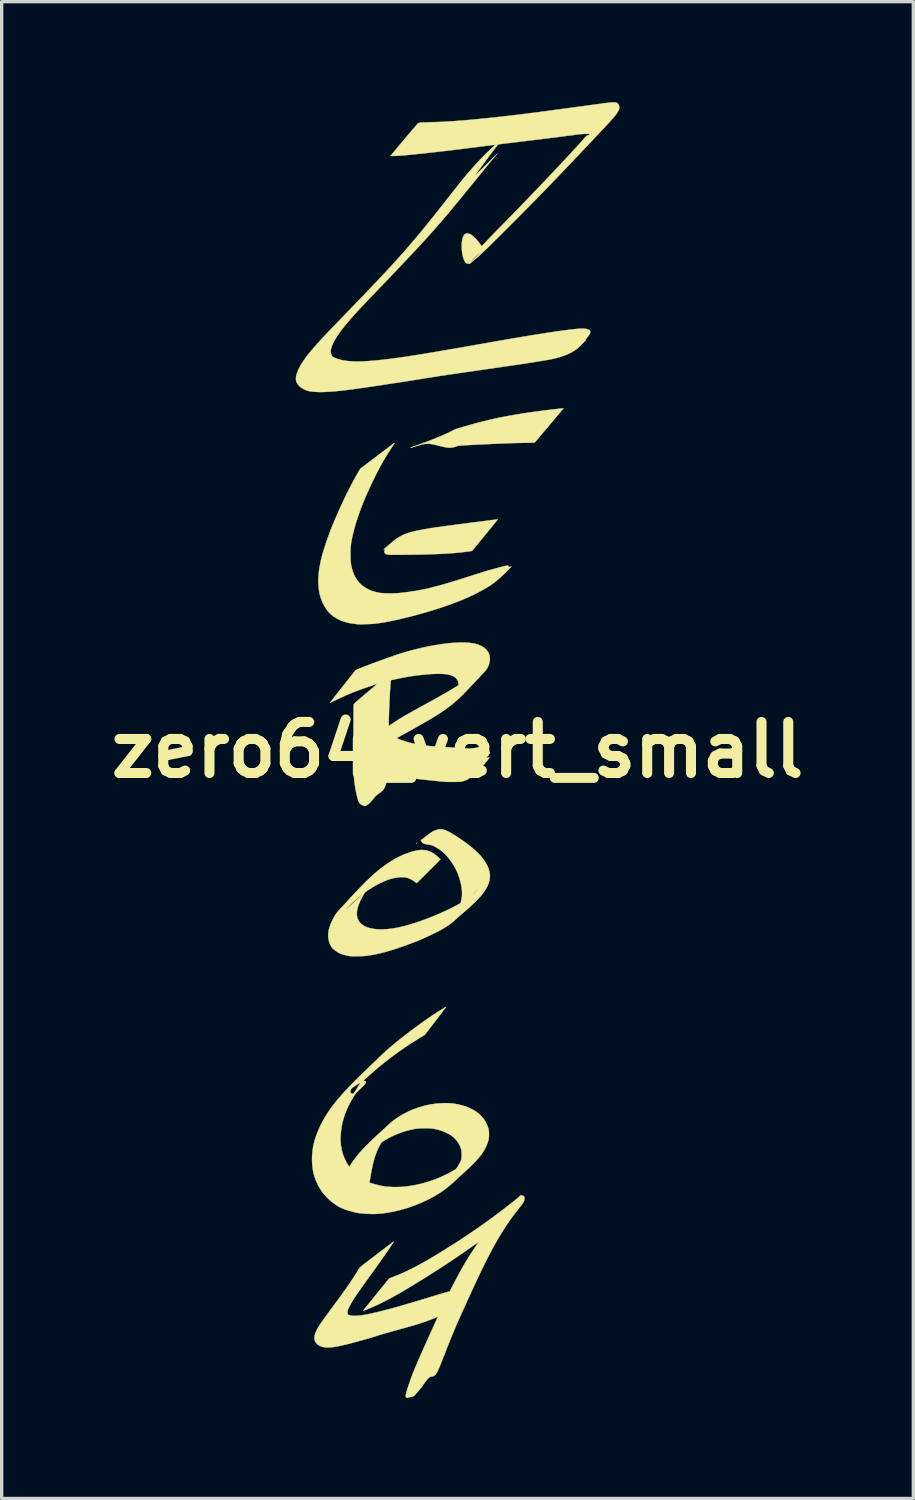
<source format=kicad_pcb>
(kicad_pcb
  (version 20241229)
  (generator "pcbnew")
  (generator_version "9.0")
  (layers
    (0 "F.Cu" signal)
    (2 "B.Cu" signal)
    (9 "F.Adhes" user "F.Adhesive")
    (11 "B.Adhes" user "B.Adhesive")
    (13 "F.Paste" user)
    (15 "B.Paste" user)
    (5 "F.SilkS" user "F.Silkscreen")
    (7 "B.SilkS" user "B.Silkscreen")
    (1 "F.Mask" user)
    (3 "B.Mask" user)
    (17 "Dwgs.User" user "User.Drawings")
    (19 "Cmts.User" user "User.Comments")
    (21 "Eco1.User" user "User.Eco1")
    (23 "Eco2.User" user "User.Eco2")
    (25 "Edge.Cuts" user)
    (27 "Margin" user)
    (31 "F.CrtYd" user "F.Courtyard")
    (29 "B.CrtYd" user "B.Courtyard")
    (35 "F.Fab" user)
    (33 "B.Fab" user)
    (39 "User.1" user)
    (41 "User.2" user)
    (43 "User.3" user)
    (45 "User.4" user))
  (footprint "zero64_vert_small"
    (layer "F.Cu")
    (at 10.603 19.328)
    (property "Reference" "zero64_vert_small" (at 0 0 0) (layer "F.SilkS") (effects (font (size 1.524 1.524) (thickness 0.3))))
    (attr through_hole)
    (fp_poly (pts (xy -1.206 2.774) (xy -1.21 2.778) (xy -1.214 2.774) (xy -1.21 2.77) (xy -1.206 2.774)) (stroke (width 0.01) (type solid)) (fill yes) (layer "F.SilkS"))
    (fp_poly (pts (xy -1.225 2.783) (xy -1.226 2.786) (xy -1.234 2.794) (xy -1.235 2.794) (xy -1.236 2.789) (xy -1.234 2.786) (xy -1.227 2.778) (xy -1.225 2.778) (xy -1.225 2.783)) (stroke (width 0.01) (type solid)) (fill yes) (layer "F.SilkS"))
    (fp_poly (pts (xy 1.203 -6.88) (xy 1.199 -6.873) (xy 1.185 -6.856) (xy 1.163 -6.829) (xy 1.134 -6.793) (xy 1.098 -6.749) (xy 1.057 -6.698) (xy 1.012 -6.643) (xy 0.963 -6.583) (xy 0.911 -6.52) (xy 0.858 -6.455) (xy 0.804 -6.389) (xy 0.751 -6.324) (xy 0.698 -6.26) (xy 0.648 -6.198) (xy 0.601 -6.141) (xy 0.557 -6.088) (xy 0.519 -6.042) (xy 0.486 -6.002) (xy 0.461 -5.971) (xy 0.442 -5.95) (xy 0.433 -5.939) (xy 0.425 -5.937) (xy 0.403 -5.933) (xy 0.37 -5.928) (xy 0.328 -5.922) (xy 0.281 -5.916) (xy 0.23 -5.91) (xy 0.179 -5.903) (xy 0.132 -5.898) (xy 0.015 -5.885) (xy -0.106 -5.874) (xy -0.233 -5.865) (xy -0.367 -5.856) (xy -0.511 -5.849) (xy -0.666 -5.842) (xy -0.835 -5.836) (xy -0.901 -5.834) (xy -0.98 -5.832) (xy -1.065 -5.83) (xy -1.155 -5.829) (xy -1.248 -5.827) (xy -1.343 -5.826) (xy -1.439 -5.824) (xy -1.533 -5.824) (xy -1.623 -5.823) (xy -1.71 -5.822) (xy -1.79 -5.822) (xy -1.863 -5.822) (xy -1.927 -5.822) (xy -1.981 -5.823) (xy -2.022 -5.824) (xy -2.049 -5.825) (xy -2.056 -5.826) (xy -2.089 -5.83) (xy -2.119 -5.837) (xy -2.14 -5.844) (xy -2.14 -5.845) (xy -2.165 -5.866) (xy -2.18 -5.896) (xy -2.184 -5.931) (xy -2.175 -5.967) (xy -2.171 -5.976) (xy -2.163 -5.994) (xy -2.165 -6) (xy -2.177 -5.995) (xy -2.189 -5.988) (xy -2.202 -5.981) (xy -2.203 -5.982) (xy -2.194 -5.991) (xy -2.186 -5.998) (xy -2.158 -6.023) (xy -2.122 -6.055) (xy -2.08 -6.091) (xy -2.035 -6.13) (xy -1.99 -6.168) (xy -1.946 -6.205) (xy -1.908 -6.236) (xy -1.877 -6.261) (xy -1.863 -6.272) (xy -1.778 -6.331) (xy -1.689 -6.383) (xy -1.593 -6.429) (xy -1.487 -6.469) (xy -1.371 -6.504) (xy -1.241 -6.535) (xy -1.195 -6.545) (xy -1.135 -6.557) (xy -1.077 -6.568) (xy -1.022 -6.578) (xy -0.966 -6.588) (xy -0.91 -6.598) (xy -0.852 -6.608) (xy -0.791 -6.618) (xy -0.726 -6.628) (xy -0.656 -6.638) (xy -0.579 -6.649) (xy -0.495 -6.661) (xy -0.402 -6.674) (xy -0.3 -6.688) (xy -0.187 -6.702) (xy -0.063 -6.719) (xy 0.075 -6.736) (xy 0.227 -6.756) (xy 0.31 -6.767) (xy 0.413 -6.78) (xy 0.514 -6.793) (xy 0.612 -6.805) (xy 0.705 -6.817) (xy 0.791 -6.828) (xy 0.869 -6.839) (xy 0.938 -6.847) (xy 0.996 -6.855) (xy 1.042 -6.861) (xy 1.074 -6.865) (xy 1.082 -6.866) (xy 1.124 -6.872) (xy 1.159 -6.876) (xy 1.186 -6.879) (xy 1.201 -6.88) (xy 1.203 -6.88)) (stroke (width 0.01) (type solid)) (fill yes) (layer "F.SilkS"))
    (fp_poly (pts (xy 3.161 -10.191) (xy 3.156 -10.184) (xy 3.15 -10.177) (xy 3.134 -10.157) (xy 3.109 -10.128) (xy 3.076 -10.089) (xy 3.037 -10.042) (xy 2.99 -9.987) (xy 2.939 -9.926) (xy 2.882 -9.859) (xy 2.822 -9.787) (xy 2.759 -9.712) (xy 2.725 -9.671) (xy 2.303 -9.171) (xy 1.9 -9.161) (xy 1.778 -9.158) (xy 1.655 -9.155) (xy 1.53 -9.151) (xy 1.401 -9.146) (xy 1.267 -9.141) (xy 1.125 -9.135) (xy 0.974 -9.128) (xy 0.813 -9.12) (xy 0.639 -9.112) (xy 0.452 -9.103) (xy 0.409 -9.1) (xy 0.32 -9.096) (xy 0.246 -9.092) (xy 0.185 -9.088) (xy 0.135 -9.085) (xy 0.095 -9.083) (xy 0.063 -9.08) (xy 0.039 -9.077) (xy 0.02 -9.075) (xy 0.006 -9.072) (xy -0.006 -9.068) (xy -0.017 -9.064) (xy -0.027 -9.059) (xy -0.058 -9.048) (xy -0.097 -9.037) (xy -0.137 -9.028) (xy -0.148 -9.026) (xy -0.192 -9.02) (xy -0.237 -9.019) (xy -0.286 -9.021) (xy -0.34 -9.028) (xy -0.404 -9.04) (xy -0.477 -9.056) (xy -0.544 -9.073) (xy -0.628 -9.094) (xy -0.7 -9.111) (xy -0.762 -9.123) (xy -0.815 -9.131) (xy -0.863 -9.135) (xy -0.907 -9.135) (xy -0.951 -9.132) (xy -0.996 -9.126) (xy -1.022 -9.121) (xy -1.058 -9.113) (xy -1.107 -9.1) (xy -1.164 -9.084) (xy -1.228 -9.066) (xy -1.294 -9.046) (xy -1.359 -9.025) (xy -1.385 -9.016) (xy -1.4 -9.012) (xy -1.403 -9.014) (xy -1.397 -9.021) (xy -1.386 -9.026) (xy -1.363 -9.036) (xy -1.328 -9.049) (xy -1.285 -9.065) (xy -1.234 -9.083) (xy -1.178 -9.102) (xy -1.162 -9.107) (xy -1.082 -9.135) (xy -0.997 -9.166) (xy -0.907 -9.2) (xy -0.814 -9.235) (xy -0.72 -9.273) (xy -0.627 -9.311) (xy -0.536 -9.349) (xy -0.449 -9.386) (xy -0.368 -9.422) (xy -0.295 -9.455) (xy -0.23 -9.486) (xy -0.176 -9.513) (xy -0.134 -9.536) (xy -0.12 -9.545) (xy -0.104 -9.552) (xy -0.076 -9.563) (xy -0.037 -9.577) (xy 0.009 -9.592) (xy 0.06 -9.607) (xy 0.091 -9.616) (xy 0.154 -9.635) (xy 0.223 -9.655) (xy 0.293 -9.675) (xy 0.358 -9.694) (xy 0.413 -9.711) (xy 0.421 -9.713) (xy 0.481 -9.73) (xy 0.555 -9.75) (xy 0.639 -9.772) (xy 0.732 -9.795) (xy 0.83 -9.819) (xy 0.931 -9.844) (xy 1.033 -9.867) (xy 1.134 -9.89) (xy 1.167 -9.897) (xy 1.346 -9.934) (xy 1.54 -9.971) (xy 1.747 -10.007) (xy 1.968 -10.043) (xy 2.2 -10.077) (xy 2.443 -10.11) (xy 2.696 -10.142) (xy 2.846 -10.159) (xy 2.911 -10.167) (xy 2.972 -10.174) (xy 3.028 -10.181) (xy 3.074 -10.186) (xy 3.111 -10.19) (xy 3.135 -10.193) (xy 3.145 -10.194) (xy 3.16 -10.195) (xy 3.161 -10.191)) (stroke (width 0.01) (type solid)) (fill yes) (layer "F.SilkS"))
    (fp_poly (pts (xy -1.876 -9.157) (xy -1.877 -9.156) (xy -1.955 -9.039) (xy -2.025 -8.931) (xy -2.088 -8.831) (xy -2.147 -8.735) (xy -2.203 -8.64) (xy -2.258 -8.543) (xy -2.313 -8.442) (xy -2.371 -8.334) (xy -2.412 -8.255) (xy -2.523 -8.033) (xy -2.627 -7.811) (xy -2.725 -7.592) (xy -2.815 -7.376) (xy -2.897 -7.164) (xy -2.97 -6.959) (xy -3.034 -6.761) (xy -3.088 -6.572) (xy -3.132 -6.393) (xy -3.135 -6.382) (xy -3.153 -6.294) (xy -3.168 -6.216) (xy -3.179 -6.145) (xy -3.186 -6.075) (xy -3.191 -6.003) (xy -3.194 -5.924) (xy -3.194 -5.838) (xy -3.194 -5.742) (xy -3.19 -5.658) (xy -3.184 -5.583) (xy -3.175 -5.514) (xy -3.161 -5.448) (xy -3.143 -5.382) (xy -3.119 -5.312) (xy -3.092 -5.24) (xy -3.061 -5.173) (xy -3.018 -5.103) (xy -2.968 -5.034) (xy -2.914 -4.971) (xy -2.858 -4.918) (xy -2.847 -4.909) (xy -2.755 -4.843) (xy -2.659 -4.789) (xy -2.555 -4.745) (xy -2.441 -4.711) (xy -2.321 -4.686) (xy -2.28 -4.681) (xy -2.225 -4.677) (xy -2.16 -4.673) (xy -2.09 -4.672) (xy -2.015 -4.671) (xy -1.94 -4.671) (xy -1.868 -4.673) (xy -1.802 -4.676) (xy -1.744 -4.68) (xy -1.726 -4.682) (xy -1.609 -4.695) (xy -1.497 -4.709) (xy -1.389 -4.724) (xy -1.284 -4.74) (xy -1.181 -4.758) (xy -1.078 -4.777) (xy -0.974 -4.798) (xy -0.867 -4.822) (xy -0.756 -4.849) (xy -0.641 -4.879) (xy -0.519 -4.912) (xy -0.389 -4.949) (xy -0.251 -4.99) (xy -0.101 -5.035) (xy 0.06 -5.085) (xy 0.234 -5.14) (xy 0.306 -5.163) (xy 0.462 -5.213) (xy 0.606 -5.258) (xy 0.736 -5.299) (xy 0.856 -5.335) (xy 0.966 -5.367) (xy 1.067 -5.396) (xy 1.161 -5.422) (xy 1.249 -5.446) (xy 1.33 -5.466) (xy 1.375 -5.477) (xy 1.416 -5.488) (xy 1.449 -5.496) (xy 1.471 -5.502) (xy 1.481 -5.504) (xy 1.492 -5.501) (xy 1.51 -5.491) (xy 1.524 -5.48) (xy 1.544 -5.465) (xy 1.559 -5.455) (xy 1.564 -5.453) (xy 1.574 -5.458) (xy 1.59 -5.469) (xy 1.597 -5.475) (xy 1.607 -5.482) (xy 1.607 -5.479) (xy 1.598 -5.467) (xy 1.582 -5.448) (xy 1.559 -5.422) (xy 1.53 -5.391) (xy 1.498 -5.357) (xy 1.462 -5.32) (xy 1.437 -5.294) (xy 1.4 -5.258) (xy 1.354 -5.215) (xy 1.303 -5.168) (xy 1.251 -5.122) (xy 1.202 -5.079) (xy 1.193 -5.071) (xy 1.137 -5.025) (xy 1.089 -4.986) (xy 1.043 -4.952) (xy 0.996 -4.92) (xy 0.944 -4.886) (xy 0.887 -4.851) (xy 0.721 -4.755) (xy 0.543 -4.662) (xy 0.354 -4.571) (xy 0.152 -4.483) (xy -0.062 -4.398) (xy -0.292 -4.314) (xy -0.509 -4.24) (xy -0.7 -4.179) (xy -0.894 -4.12) (xy -1.088 -4.064) (xy -1.281 -4.011) (xy -1.472 -3.962) (xy -1.658 -3.917) (xy -1.839 -3.876) (xy -2.011 -3.84) (xy -2.174 -3.809) (xy -2.326 -3.784) (xy -2.461 -3.766) (xy -2.493 -3.762) (xy -2.537 -3.759) (xy -2.59 -3.757) (xy -2.648 -3.754) (xy -2.71 -3.752) (xy -2.771 -3.751) (xy -2.831 -3.749) (xy -2.885 -3.749) (xy -2.931 -3.749) (xy -2.966 -3.75) (xy -2.985 -3.751) (xy -3.005 -3.753) (xy -3.036 -3.757) (xy -3.072 -3.761) (xy -3.088 -3.763) (xy -3.227 -3.785) (xy -3.36 -3.819) (xy -3.485 -3.864) (xy -3.6 -3.92) (xy -3.705 -3.986) (xy -3.781 -4.046) (xy -3.85 -4.116) (xy -3.915 -4.2) (xy -3.974 -4.294) (xy -4.027 -4.396) (xy -4.071 -4.506) (xy -4.106 -4.619) (xy -4.127 -4.716) (xy -4.146 -4.853) (xy -4.155 -4.996) (xy -4.153 -5.144) (xy -4.14 -5.299) (xy -4.116 -5.463) (xy -4.082 -5.635) (xy -4.036 -5.817) (xy -4.02 -5.876) (xy -3.995 -5.959) (xy -3.965 -6.053) (xy -3.932 -6.155) (xy -3.896 -6.26) (xy -3.859 -6.366) (xy -3.821 -6.469) (xy -3.785 -6.566) (xy -3.75 -6.655) (xy -3.722 -6.723) (xy -3.616 -6.971) (xy -3.513 -7.204) (xy -3.412 -7.423) (xy -3.313 -7.63) (xy -3.216 -7.824) (xy -3.119 -8.007) (xy -3.024 -8.18) (xy -2.97 -8.274) (xy -2.901 -8.392) (xy -2.528 -8.674) (xy -2.455 -8.729) (xy -2.381 -8.785) (xy -2.309 -8.84) (xy -2.239 -8.893) (xy -2.174 -8.942) (xy -2.115 -8.987) (xy -2.065 -9.025) (xy -2.025 -9.056) (xy -2.008 -9.068) (xy -1.958 -9.106) (xy -1.92 -9.134) (xy -1.893 -9.152) (xy -1.879 -9.16) (xy -1.876 -9.157)) (stroke (width 0.01) (type solid)) (fill yes) (layer "F.SilkS"))
    (fp_poly (pts (xy -0.456 2.372) (xy -0.4 2.384) (xy -0.34 2.406) (xy -0.273 2.436) (xy -0.198 2.478) (xy -0.166 2.497) (xy -0.008 2.595) (xy 0.141 2.695) (xy 0.279 2.795) (xy 0.406 2.894) (xy 0.52 2.993) (xy 0.622 3.089) (xy 0.709 3.184) (xy 0.776 3.267) (xy 0.794 3.293) (xy 0.817 3.329) (xy 0.841 3.369) (xy 0.864 3.41) (xy 0.865 3.411) (xy 0.889 3.455) (xy 0.907 3.492) (xy 0.921 3.528) (xy 0.933 3.568) (xy 0.944 3.611) (xy 0.955 3.656) (xy 0.962 3.69) (xy 0.966 3.719) (xy 0.968 3.747) (xy 0.967 3.777) (xy 0.966 3.793) (xy 0.956 3.878) (xy 0.934 3.963) (xy 0.901 4.05) (xy 0.855 4.139) (xy 0.796 4.232) (xy 0.752 4.293) (xy 0.72 4.333) (xy 0.678 4.381) (xy 0.626 4.436) (xy 0.568 4.496) (xy 0.506 4.558) (xy 0.44 4.621) (xy 0.373 4.684) (xy 0.306 4.743) (xy 0.246 4.795) (xy 0.197 4.837) (xy 0.146 4.881) (xy 0.095 4.925) (xy 0.049 4.966) (xy 0.011 5) (xy -0.003 5.013) (xy -0.068 5.072) (xy -0.131 5.126) (xy -0.192 5.175) (xy -0.253 5.221) (xy -0.316 5.264) (xy -0.384 5.307) (xy -0.458 5.35) (xy -0.539 5.395) (xy -0.631 5.442) (xy -0.734 5.492) (xy -0.812 5.53) (xy -0.889 5.566) (xy -0.958 5.598) (xy -1.022 5.627) (xy -1.084 5.654) (xy -1.147 5.681) (xy -1.215 5.708) (xy -1.289 5.737) (xy -1.373 5.769) (xy -1.441 5.794) (xy -1.637 5.866) (xy -1.822 5.929) (xy -1.995 5.984) (xy -2.159 6.031) (xy -2.314 6.071) (xy -2.461 6.103) (xy -2.602 6.128) (xy -2.737 6.146) (xy -2.746 6.147) (xy -2.784 6.151) (xy -2.833 6.153) (xy -2.889 6.156) (xy -2.949 6.157) (xy -3.01 6.158) (xy -3.069 6.159) (xy -3.122 6.158) (xy -3.166 6.157) (xy -3.199 6.155) (xy -3.203 6.154) (xy -3.267 6.144) (xy -3.341 6.127) (xy -3.416 6.107) (xy -3.46 6.093) (xy -3.495 6.08) (xy -3.526 6.066) (xy -3.561 6.046) (xy -3.599 6.022) (xy -3.648 5.989) (xy -3.685 5.961) (xy -3.715 5.935) (xy -3.739 5.909) (xy -3.76 5.88) (xy -3.767 5.869) (xy -3.812 5.785) (xy -3.842 5.695) (xy -3.857 5.599) (xy -3.86 5.54) (xy -3.855 5.457) (xy -3.842 5.373) (xy -3.819 5.286) (xy -3.786 5.195) (xy -3.741 5.096) (xy -3.726 5.066) (xy -3.694 5.005) (xy -3.665 4.953) (xy -3.636 4.908) (xy -3.605 4.865) (xy -3.568 4.82) (xy -3.524 4.771) (xy -3.504 4.749) (xy -3.318 4.749) (xy -3.314 4.75) (xy -3.302 4.742) (xy -3.282 4.726) (xy -3.253 4.7) (xy -3.214 4.666) (xy -3.165 4.621) (xy -3.115 4.575) (xy -3.072 4.534) (xy -3.026 4.491) (xy -2.981 4.448) (xy -2.941 4.41) (xy -2.91 4.38) (xy -2.909 4.379) (xy -2.83 4.3) (xy -2.913 4.367) (xy -2.945 4.393) (xy -2.983 4.426) (xy -3.025 4.463) (xy -3.069 4.503) (xy -3.114 4.544) (xy -3.158 4.585) (xy -3.2 4.625) (xy -3.238 4.662) (xy -3.27 4.694) (xy -3.295 4.72) (xy -3.312 4.739) (xy -3.318 4.749) (xy -3.318 4.749) (xy -3.504 4.749) (xy -3.496 4.741) (xy -3.469 4.711) (xy -3.432 4.672) (xy -3.389 4.625) (xy -3.341 4.572) (xy -3.29 4.517) (xy -3.238 4.46) (xy -3.191 4.409) (xy -3.051 4.257) (xy -2.917 4.116) (xy -2.791 3.988) (xy -2.671 3.87) (xy -2.556 3.763) (xy -2.444 3.664) (xy -2.336 3.574) (xy -2.23 3.491) (xy -2.125 3.415) (xy -2.02 3.346) (xy -1.915 3.281) (xy -1.834 3.234) (xy -1.736 3.183) (xy -1.634 3.136) (xy -1.53 3.094) (xy -1.427 3.058) (xy -1.328 3.028) (xy -1.233 3.006) (xy -1.147 2.991) (xy -1.07 2.985) (xy -1.059 2.985) (xy -0.962 2.992) (xy -0.868 3.016) (xy -0.775 3.055) (xy -0.685 3.11) (xy -0.598 3.18) (xy -0.575 3.202) (xy -0.507 3.266) (xy -0.863 3.621) (xy -1.218 3.976) (xy -1.27 3.937) (xy -1.339 3.89) (xy -1.415 3.85) (xy -1.491 3.82) (xy -1.5 3.817) (xy -1.563 3.803) (xy -1.637 3.798) (xy -1.719 3.8) (xy -1.807 3.809) (xy -1.899 3.825) (xy -1.991 3.848) (xy -2.082 3.877) (xy -2.12 3.892) (xy -2.311 3.977) (xy -2.498 4.077) (xy -2.668 4.185) (xy -2.705 4.21) (xy -2.732 4.229) (xy -2.752 4.246) (xy -2.767 4.263) (xy -2.782 4.283) (xy -2.798 4.31) (xy -2.804 4.32) (xy -2.87 4.439) (xy -2.923 4.551) (xy -2.963 4.656) (xy -2.99 4.755) (xy -3.003 4.845) (xy -3.003 4.928) (xy -3.001 4.95) (xy -2.983 5.028) (xy -2.951 5.098) (xy -2.907 5.159) (xy -2.848 5.212) (xy -2.777 5.258) (xy -2.691 5.295) (xy -2.635 5.313) (xy -2.519 5.339) (xy -2.393 5.354) (xy -2.255 5.357) (xy -2.107 5.35) (xy -1.948 5.331) (xy -1.779 5.302) (xy -1.601 5.261) (xy -1.412 5.209) (xy -1.214 5.147) (xy -1.006 5.073) (xy -0.941 5.048) (xy -0.783 4.987) (xy -0.637 4.927) (xy -0.502 4.869) (xy -0.373 4.811) (xy -0.249 4.752) (xy -0.125 4.69) (xy -0.018 4.633) (xy 0.088 4.576) (xy 0.103 4.526) (xy 0.124 4.436) (xy 0.134 4.336) (xy 0.134 4.308) (xy 0.46 4.308) (xy 0.466 4.304) (xy 0.481 4.292) (xy 0.503 4.273) (xy 0.53 4.248) (xy 0.532 4.247) (xy 0.559 4.221) (xy 0.582 4.2) (xy 0.597 4.184) (xy 0.603 4.177) (xy 0.603 4.177) (xy 0.598 4.181) (xy 0.583 4.193) (xy 0.561 4.212) (xy 0.534 4.237) (xy 0.532 4.239) (xy 0.504 4.264) (xy 0.482 4.285) (xy 0.466 4.301) (xy 0.46 4.308) (xy 0.46 4.308) (xy 0.134 4.308) (xy 0.133 4.229) (xy 0.123 4.114) (xy 0.102 3.996) (xy 0.071 3.874) (xy 0.031 3.751) (xy -0.016 3.634) (xy -0.086 3.494) (xy -0.167 3.361) (xy -0.259 3.237) (xy -0.359 3.125) (xy -0.369 3.115) (xy -0.421 3.065) (xy -0.467 3.024) (xy -0.513 2.988) (xy -0.563 2.954) (xy -0.621 2.918) (xy -0.629 2.914) (xy -0.674 2.888) (xy -0.709 2.869) (xy -0.739 2.855) (xy -0.766 2.845) (xy -0.796 2.838) (xy -0.832 2.832) (xy -0.868 2.826) (xy -0.931 2.816) (xy -0.98 2.805) (xy -1.016 2.792) (xy -1.042 2.777) (xy -1.059 2.758) (xy -1.062 2.753) (xy -1.075 2.732) (xy -1.088 2.715) (xy -1.089 2.714) (xy -1.097 2.702) (xy -1.093 2.696) (xy -1.084 2.69) (xy -1.065 2.676) (xy -1.037 2.655) (xy -1.003 2.628) (xy -0.965 2.598) (xy -0.953 2.588) (xy -0.882 2.533) (xy -0.821 2.488) (xy -0.768 2.452) (xy -0.719 2.424) (xy -0.674 2.403) (xy -0.63 2.388) (xy -0.586 2.377) (xy -0.56 2.372) (xy -0.508 2.368) (xy -0.456 2.372)) (stroke (width 0.01) (type solid)) (fill yes) (layer "F.SilkS"))
    (fp_poly (pts (xy -0.347 7.678) (xy -0.36 7.696) (xy -0.381 7.725) (xy -0.41 7.763) (xy -0.445 7.809) (xy -0.486 7.863) (xy -0.532 7.923) (xy -0.581 7.988) (xy -0.635 8.058) (xy -0.658 8.088) (xy -0.976 8.503) (xy -1.129 8.595) (xy -1.348 8.731) (xy -1.558 8.87) (xy -1.764 9.013) (xy -1.968 9.164) (xy -2.176 9.325) (xy -2.226 9.365) (xy -2.268 9.399) (xy -2.304 9.428) (xy -2.337 9.454) (xy -2.368 9.48) (xy -2.398 9.506) (xy -2.431 9.533) (xy -2.467 9.565) (xy -2.508 9.601) (xy -2.557 9.644) (xy -2.615 9.696) (xy -2.646 9.723) (xy -2.811 9.87) (xy -2.777 9.878) (xy -2.75 9.888) (xy -2.734 9.901) (xy -2.731 9.918) (xy -2.739 9.942) (xy -2.76 9.972) (xy -2.793 10.009) (xy -2.816 10.032) (xy -2.854 10.07) (xy -2.897 10.112) (xy -2.939 10.152) (xy -2.969 10.181) (xy -3.005 10.218) (xy -3.039 10.256) (xy -3.071 10.299) (xy -3.104 10.349) (xy -3.139 10.408) (xy -3.178 10.479) (xy -3.185 10.491) (xy -3.256 10.631) (xy -3.317 10.765) (xy -3.367 10.894) (xy -3.407 11.023) (xy -3.44 11.154) (xy -3.465 11.289) (xy -3.472 11.335) (xy -3.488 11.499) (xy -3.491 11.656) (xy -3.479 11.806) (xy -3.452 11.95) (xy -3.416 12.076) (xy -3.384 12.16) (xy -3.347 12.242) (xy -3.308 12.318) (xy -3.269 12.384) (xy -3.249 12.412) (xy -3.23 12.438) (xy -3.16 12.333) (xy -3.111 12.262) (xy -3.059 12.192) (xy -3.004 12.122) (xy -2.945 12.051) (xy -2.881 11.977) (xy -2.81 11.9) (xy -2.731 11.819) (xy -2.645 11.733) (xy -2.549 11.64) (xy -2.443 11.539) (xy -2.326 11.43) (xy -2.286 11.394) (xy -2.239 11.351) (xy -2.191 11.307) (xy -2.145 11.264) (xy -2.104 11.225) (xy -2.069 11.193) (xy -2.053 11.178) (xy -1.965 11.101) (xy -1.865 11.024) (xy -1.756 10.951) (xy -1.643 10.882) (xy -1.548 10.831) (xy -1.359 10.743) (xy -1.168 10.672) (xy -0.975 10.615) (xy -0.781 10.575) (xy -0.586 10.55) (xy -0.39 10.541) (xy -0.377 10.541) (xy -0.293 10.542) (xy -0.218 10.545) (xy -0.149 10.551) (xy -0.081 10.56) (xy -0.011 10.574) (xy 0.066 10.591) (xy 0.154 10.614) (xy 0.208 10.629) (xy 0.256 10.645) (xy 0.302 10.663) (xy 0.352 10.685) (xy 0.4 10.708) (xy 0.472 10.745) (xy 0.531 10.779) (xy 0.583 10.814) (xy 0.63 10.851) (xy 0.677 10.893) (xy 0.701 10.917) (xy 0.778 11.006) (xy 0.841 11.103) (xy 0.891 11.208) (xy 0.922 11.302) (xy 0.933 11.355) (xy 0.939 11.418) (xy 0.94 11.485) (xy 0.937 11.551) (xy 0.93 11.611) (xy 0.926 11.632) (xy 0.897 11.73) (xy 0.855 11.832) (xy 0.802 11.935) (xy 0.739 12.036) (xy 0.725 12.056) (xy 0.678 12.119) (xy 0.625 12.183) (xy 0.566 12.25) (xy 0.499 12.322) (xy 0.423 12.398) (xy 0.338 12.48) (xy 0.241 12.57) (xy 0.179 12.627) (xy 0.127 12.673) (xy 0.076 12.719) (xy 0.028 12.764) (xy -0.016 12.804) (xy -0.053 12.839) (xy -0.082 12.866) (xy -0.091 12.875) (xy -0.132 12.912) (xy -0.182 12.956) (xy -0.239 13.004) (xy -0.299 13.053) (xy -0.358 13.1) (xy -0.414 13.142) (xy -0.463 13.178) (xy -0.481 13.189) (xy -0.662 13.302) (xy -0.854 13.407) (xy -1.057 13.503) (xy -1.266 13.589) (xy -1.481 13.665) (xy -1.698 13.728) (xy -1.915 13.779) (xy -2.131 13.817) (xy -2.139 13.818) (xy -2.255 13.833) (xy -2.362 13.843) (xy -2.466 13.849) (xy -2.569 13.849) (xy -2.678 13.845) (xy -2.797 13.837) (xy -2.822 13.835) (xy -2.882 13.829) (xy -2.932 13.824) (xy -2.975 13.818) (xy -3.017 13.81) (xy -3.061 13.799) (xy -3.114 13.786) (xy -3.119 13.784) (xy -3.212 13.759) (xy -3.292 13.735) (xy -3.361 13.713) (xy -3.421 13.69) (xy -3.476 13.666) (xy -3.527 13.641) (xy -3.577 13.612) (xy -3.628 13.579) (xy -3.632 13.577) (xy -3.762 13.481) (xy -3.88 13.375) (xy -3.985 13.26) (xy -4.077 13.135) (xy -4.156 13.002) (xy -4.197 12.913) (xy -2.629 12.913) (xy -2.567 12.933) (xy -2.538 12.941) (xy -2.498 12.952) (xy -2.45 12.965) (xy -2.4 12.979) (xy -2.361 12.988) (xy -2.3 13.003) (xy -2.248 13.014) (xy -2.199 13.023) (xy -2.147 13.029) (xy -2.087 13.035) (xy -2.072 13.036) (xy -1.939 13.044) (xy -1.8 13.045) (xy -1.664 13.04) (xy -1.54 13.03) (xy -1.32 12.997) (xy -1.1 12.95) (xy -0.881 12.889) (xy -0.664 12.814) (xy -0.453 12.726) (xy -0.248 12.626) (xy -0.096 12.54) (xy -0.075 12.528) (xy -0.058 12.516) (xy -0.043 12.502) (xy -0.028 12.486) (xy -0.012 12.463) (xy 0.007 12.434) (xy 0.031 12.394) (xy 0.061 12.343) (xy 0.061 12.343) (xy 0.084 12.301) (xy 0.101 12.263) (xy 0.112 12.227) (xy 0.119 12.187) (xy 0.122 12.139) (xy 0.123 12.085) (xy 0.122 12.035) (xy 0.12 11.996) (xy 0.117 11.964) (xy 0.111 11.935) (xy 0.105 11.91) (xy 0.069 11.813) (xy 0.02 11.722) (xy -0.041 11.638) (xy -0.113 11.564) (xy -0.137 11.544) (xy -0.191 11.505) (xy -0.257 11.466) (xy -0.329 11.428) (xy -0.405 11.394) (xy -0.479 11.365) (xy -0.538 11.347) (xy -0.603 11.33) (xy -0.658 11.317) (xy -0.705 11.307) (xy -0.748 11.3) (xy -0.792 11.295) (xy -0.839 11.293) (xy -0.895 11.292) (xy -0.962 11.291) (xy -0.968 11.291) (xy -1.046 11.292) (xy -1.112 11.294) (xy -1.17 11.297) (xy -1.226 11.303) (xy -1.282 11.312) (xy -1.344 11.324) (xy -1.401 11.336) (xy -1.553 11.375) (xy -1.708 11.427) (xy -1.865 11.49) (xy -2.02 11.564) (xy -2.158 11.64) (xy -2.196 11.663) (xy -2.226 11.682) (xy -2.25 11.7) (xy -2.27 11.72) (xy -2.287 11.743) (xy -2.306 11.773) (xy -2.326 11.812) (xy -2.352 11.863) (xy -2.354 11.867) (xy -2.396 11.958) (xy -2.435 12.056) (xy -2.471 12.161) (xy -2.504 12.276) (xy -2.534 12.401) (xy -2.563 12.539) (xy -2.59 12.691) (xy -2.591 12.696) (xy -2.6 12.747) (xy -2.608 12.794) (xy -2.615 12.835) (xy -2.62 12.866) (xy -2.623 12.885) (xy -2.624 12.888) (xy -2.629 12.913) (xy -4.197 12.913) (xy -4.222 12.859) (xy -4.258 12.762) (xy -4.282 12.686) (xy -4.301 12.613) (xy -4.315 12.539) (xy -4.326 12.459) (xy -4.335 12.369) (xy -4.337 12.346) (xy -4.341 12.278) (xy -4.342 12.212) (xy -4.341 12.146) (xy -4.337 12.077) (xy -4.33 11.999) (xy -4.319 11.911) (xy -4.318 11.898) (xy -4.3 11.794) (xy -4.272 11.68) (xy -4.234 11.559) (xy -4.189 11.434) (xy -4.136 11.308) (xy -4.077 11.181) (xy -4.013 11.058) (xy -3.956 10.961) (xy -3.898 10.867) (xy -3.837 10.775) (xy -3.772 10.682) (xy -3.703 10.59) (xy -3.629 10.495) (xy -3.549 10.399) (xy -3.462 10.299) (xy -3.368 10.194) (xy -3.346 10.17) (xy -3.198 10.17) (xy -3.197 10.204) (xy -3.181 10.236) (xy -3.178 10.239) (xy -3.156 10.258) (xy -3.133 10.262) (xy -3.108 10.251) (xy -3.091 10.235) (xy -3.077 10.218) (xy -3.057 10.19) (xy -3.035 10.156) (xy -3.012 10.119) (xy -3.011 10.118) (xy -2.988 10.079) (xy -2.963 10.039) (xy -2.94 10.004) (xy -2.924 9.979) (xy -2.908 9.956) (xy -2.897 9.938) (xy -2.893 9.93) (xy -2.893 9.93) (xy -2.902 9.934) (xy -2.922 9.945) (xy -2.949 9.961) (xy -2.982 9.98) (xy -3.016 10.001) (xy -3.05 10.022) (xy -3.08 10.042) (xy -3.104 10.058) (xy -3.109 10.062) (xy -3.154 10.099) (xy -3.183 10.135) (xy -3.198 10.17) (xy -3.346 10.17) (xy -3.266 10.085) (xy -3.155 9.97) (xy -3.034 9.848) (xy -2.902 9.719) (xy -2.76 9.581) (xy -2.691 9.515) (xy -2.631 9.458) (xy -2.569 9.398) (xy -2.506 9.338) (xy -2.445 9.279) (xy -2.389 9.225) (xy -2.34 9.176) (xy -2.299 9.137) (xy -2.294 9.132) (xy -2.217 9.058) (xy -2.127 8.977) (xy -2.027 8.89) (xy -1.919 8.798) (xy -1.802 8.702) (xy -1.68 8.604) (xy -1.553 8.505) (xy -1.423 8.405) (xy -1.291 8.306) (xy -1.159 8.209) (xy -1.029 8.115) (xy -0.901 8.026) (xy -0.782 7.945) (xy -0.732 7.912) (xy -0.679 7.877) (xy -0.624 7.842) (xy -0.57 7.808) (xy -0.518 7.775) (xy -0.47 7.745) (xy -0.427 7.719) (xy -0.391 7.697) (xy -0.364 7.682) (xy -0.348 7.673) (xy -0.343 7.671) (xy -0.347 7.678)) (stroke (width 0.01) (type solid)) (fill yes) (layer "F.SilkS"))
    (fp_poly (pts (xy 1.915 13.292) (xy 1.955 13.305) (xy 1.982 13.324) (xy 1.996 13.352) (xy 1.999 13.39) (xy 1.999 13.401) (xy 1.991 13.444) (xy 1.973 13.488) (xy 1.943 13.537) (xy 1.902 13.592) (xy 1.898 13.597) (xy 1.795 13.726) (xy 1.694 13.856) (xy 1.597 13.989) (xy 1.501 14.127) (xy 1.407 14.269) (xy 1.313 14.418) (xy 1.219 14.574) (xy 1.125 14.738) (xy 1.03 14.911) (xy 0.933 15.094) (xy 0.834 15.289) (xy 0.732 15.496) (xy 0.626 15.716) (xy 0.544 15.891) (xy 0.509 15.966) (xy 0.471 16.049) (xy 0.429 16.139) (xy 0.386 16.234) (xy 0.341 16.332) (xy 0.295 16.432) (xy 0.25 16.533) (xy 0.205 16.632) (xy 0.161 16.728) (xy 0.12 16.819) (xy 0.082 16.905) (xy 0.047 16.982) (xy 0.016 17.051) (xy -0.009 17.108) (xy -0.029 17.153) (xy -0.032 17.161) (xy -0.091 17.301) (xy -0.155 17.454) (xy -0.221 17.617) (xy -0.289 17.787) (xy -0.359 17.963) (xy -0.394 18.054) (xy -0.435 18.158) (xy -0.471 18.249) (xy -0.502 18.327) (xy -0.529 18.394) (xy -0.553 18.451) (xy -0.574 18.498) (xy -0.593 18.537) (xy -0.61 18.569) (xy -0.625 18.595) (xy -0.64 18.617) (xy -0.654 18.635) (xy -0.669 18.651) (xy -0.677 18.659) (xy -0.701 18.679) (xy -0.723 18.69) (xy -0.75 18.696) (xy -0.759 18.697) (xy -0.799 18.704) (xy -0.829 18.716) (xy -0.856 18.736) (xy -0.88 18.761) (xy -0.903 18.788) (xy -0.929 18.82) (xy -0.956 18.855) (xy -0.983 18.89) (xy -1.007 18.923) (xy -1.026 18.949) (xy -1.037 18.968) (xy -1.039 18.972) (xy -1.048 18.986) (xy -1.066 19.01) (xy -1.09 19.041) (xy -1.12 19.077) (xy -1.153 19.115) (xy -1.187 19.155) (xy -1.22 19.193) (xy -1.251 19.227) (xy -1.277 19.255) (xy -1.297 19.275) (xy -1.307 19.283) (xy -1.332 19.297) (xy -1.36 19.306) (xy -1.398 19.312) (xy -1.43 19.317) (xy -1.459 19.322) (xy -1.479 19.327) (xy -1.479 19.327) (xy -1.504 19.335) (xy -1.521 19.333) (xy -1.534 19.321) (xy -1.535 19.318) (xy -1.545 19.297) (xy -1.548 19.28) (xy -1.545 19.256) (xy -1.537 19.219) (xy -1.524 19.17) (xy -1.508 19.112) (xy -1.488 19.046) (xy -1.465 18.974) (xy -1.44 18.899) (xy -1.413 18.82) (xy -1.384 18.741) (xy -1.355 18.663) (xy -1.345 18.637) (xy -1.317 18.565) (xy -1.281 18.479) (xy -1.24 18.379) (xy -1.191 18.267) (xy -1.137 18.142) (xy -1.077 18.004) (xy -1.011 17.856) (xy -0.939 17.695) (xy -0.862 17.525) (xy -0.78 17.343) (xy -0.693 17.152) (xy -0.679 17.122) (xy -0.656 17.07) (xy -0.634 17.022) (xy -0.616 16.981) (xy -0.602 16.949) (xy -0.594 16.927) (xy -0.59 16.917) (xy -0.59 16.917) (xy -0.599 16.918) (xy -0.616 16.925) (xy -0.624 16.929) (xy -0.665 16.948) (xy -0.718 16.97) (xy -0.782 16.995) (xy -0.854 17.022) (xy -0.933 17.051) (xy -1.016 17.08) (xy -1.1 17.108) (xy -1.184 17.135) (xy -1.253 17.157) (xy -1.285 17.166) (xy -1.33 17.179) (xy -1.386 17.195) (xy -1.45 17.213) (xy -1.522 17.233) (xy -1.598 17.254) (xy -1.677 17.276) (xy -1.746 17.295) (xy -1.848 17.323) (xy -1.946 17.35) (xy -2.041 17.377) (xy -2.129 17.402) (xy -2.211 17.426) (xy -2.284 17.447) (xy -2.347 17.466) (xy -2.398 17.482) (xy -2.437 17.495) (xy -2.456 17.502) (xy -2.476 17.509) (xy -2.509 17.519) (xy -2.553 17.532) (xy -2.608 17.548) (xy -2.669 17.566) (xy -2.737 17.585) (xy -2.807 17.605) (xy -2.88 17.625) (xy -2.953 17.645) (xy -3.023 17.665) (xy -3.089 17.682) (xy -3.149 17.698) (xy -3.201 17.712) (xy -3.219 17.717) (xy -3.344 17.748) (xy -3.456 17.773) (xy -3.555 17.795) (xy -3.643 17.811) (xy -3.722 17.823) (xy -3.792 17.83) (xy -3.855 17.833) (xy -3.912 17.832) (xy -3.965 17.827) (xy -4.014 17.818) (xy -4.062 17.805) (xy -4.064 17.805) (xy -4.114 17.783) (xy -4.163 17.751) (xy -4.206 17.712) (xy -4.239 17.67) (xy -4.24 17.669) (xy -4.253 17.643) (xy -4.262 17.62) (xy -4.266 17.593) (xy -4.269 17.561) (xy -4.27 17.528) (xy -4.268 17.501) (xy -4.262 17.473) (xy -4.252 17.439) (xy -4.247 17.422) (xy -4.23 17.377) (xy -4.21 17.331) (xy -4.186 17.282) (xy -4.156 17.23) (xy -4.12 17.173) (xy -4.077 17.108) (xy -4.026 17.034) (xy -3.965 16.951) (xy -3.934 16.907) (xy -3.904 16.867) (xy -3.878 16.831) (xy -3.858 16.803) (xy -3.844 16.784) (xy -3.842 16.78) (xy -3.833 16.767) (xy -3.815 16.744) (xy -3.791 16.71) (xy -3.761 16.669) (xy -3.726 16.622) (xy -3.687 16.569) (xy -3.646 16.514) (xy -3.643 16.51) (xy -3.536 16.365) (xy -3.439 16.231) (xy -3.35 16.107) (xy -3.269 15.992) (xy -3.195 15.884) (xy -3.128 15.782) (xy -3.065 15.686) (xy -3.008 15.594) (xy -2.984 15.554) (xy -2.958 15.511) (xy -2.937 15.48) (xy -2.919 15.455) (xy -2.902 15.436) (xy -2.883 15.418) (xy -2.859 15.399) (xy -2.854 15.394) (xy -2.817 15.365) (xy -2.772 15.331) (xy -2.72 15.291) (xy -2.663 15.247) (xy -2.601 15.199) (xy -2.536 15.149) (xy -2.468 15.098) (xy -2.399 15.045) (xy -2.331 14.993) (xy -2.264 14.942) (xy -2.199 14.893) (xy -2.137 14.846) (xy -2.081 14.804) (xy -2.03 14.765) (xy -1.987 14.733) (xy -1.951 14.706) (xy -1.925 14.687) (xy -1.91 14.676) (xy -1.906 14.673) (xy -1.909 14.681) (xy -1.92 14.701) (xy -1.939 14.732) (xy -1.966 14.774) (xy -2 14.825) (xy -2.04 14.884) (xy -2.086 14.951) (xy -2.137 15.025) (xy -2.192 15.105) (xy -2.252 15.19) (xy -2.314 15.279) (xy -2.38 15.371) (xy -2.447 15.466) (xy -2.516 15.562) (xy -2.563 15.627) (xy -2.649 15.746) (xy -2.726 15.853) (xy -2.795 15.949) (xy -2.856 16.035) (xy -2.91 16.112) (xy -2.959 16.181) (xy -3.001 16.242) (xy -3.038 16.296) (xy -3.071 16.345) (xy -3.1 16.39) (xy -3.125 16.43) (xy -3.148 16.468) (xy -3.169 16.504) (xy -3.189 16.538) (xy -3.207 16.572) (xy -3.221 16.598) (xy -3.252 16.663) (xy -3.273 16.719) (xy -3.283 16.767) (xy -3.283 16.809) (xy -3.283 16.815) (xy -3.277 16.838) (xy -3.266 16.853) (xy -3.25 16.862) (xy -3.207 16.876) (xy -3.151 16.885) (xy -3.084 16.889) (xy -3.006 16.887) (xy -2.921 16.88) (xy -2.83 16.868) (xy -2.829 16.867) (xy -2.725 16.849) (xy -2.607 16.825) (xy -2.476 16.796) (xy -2.334 16.762) (xy -2.18 16.724) (xy -2.017 16.681) (xy -1.845 16.634) (xy -1.666 16.584) (xy -1.48 16.53) (xy -1.287 16.473) (xy -1.171 16.437) (xy -1.052 16.401) (xy -0.937 16.366) (xy -0.827 16.332) (xy -0.723 16.301) (xy -0.627 16.272) (xy -0.54 16.246) (xy -0.463 16.223) (xy -0.398 16.204) (xy -0.346 16.189) (xy -0.327 16.184) (xy -0.23 16.157) (xy -0.124 15.95) (xy -0.031 15.772) (xy 0.059 15.605) (xy 0.146 15.448) (xy 0.233 15.298) (xy 0.322 15.152) (xy 0.413 15.008) (xy 0.509 14.862) (xy 0.527 14.835) (xy 0.555 14.795) (xy 0.579 14.758) (xy 0.6 14.727) (xy 0.614 14.705) (xy 0.622 14.694) (xy 0.622 14.693) (xy 0.62 14.692) (xy 0.606 14.7) (xy 0.585 14.714) (xy 0.567 14.726) (xy 0.37 14.865) (xy 0.179 14.999) (xy -0.008 15.127) (xy -0.195 15.253) (xy -0.382 15.377) (xy -0.572 15.5) (xy -0.768 15.625) (xy -0.972 15.754) (xy -1.185 15.886) (xy -1.357 15.991) (xy -1.543 16.103) (xy -1.717 16.206) (xy -1.882 16.299) (xy -2.037 16.384) (xy -2.185 16.46) (xy -2.325 16.53) (xy -2.46 16.593) (xy -2.591 16.65) (xy -2.606 16.656) (xy -2.668 16.682) (xy -2.717 16.702) (xy -2.754 16.716) (xy -2.781 16.726) (xy -2.798 16.732) (xy -2.808 16.733) (xy -2.812 16.732) (xy -2.811 16.727) (xy -2.81 16.726) (xy -2.804 16.718) (xy -2.789 16.698) (xy -2.765 16.669) (xy -2.733 16.629) (xy -2.695 16.582) (xy -2.65 16.526) (xy -2.601 16.465) (xy -2.546 16.398) (xy -2.488 16.326) (xy -2.427 16.252) (xy -2.419 16.241) (xy -2.036 15.77) (xy -1.923 15.728) (xy -1.769 15.667) (xy -1.606 15.596) (xy -1.434 15.515) (xy -1.257 15.425) (xy -1.074 15.327) (xy -0.889 15.223) (xy -0.775 15.155) (xy -0.41 14.933) (xy -0.06 14.712) (xy 0.278 14.49) (xy 0.605 14.267) (xy 0.924 14.041) (xy 1.234 13.812) (xy 1.472 13.63) (xy 1.548 13.571) (xy 1.612 13.521) (xy 1.666 13.479) (xy 1.711 13.443) (xy 1.749 13.412) (xy 1.78 13.386) (xy 1.806 13.364) (xy 1.828 13.344) (xy 1.839 13.333) (xy 1.864 13.31) (xy 1.881 13.297) (xy 1.894 13.291) (xy 1.906 13.29) (xy 1.915 13.292)) (stroke (width 0.01) (type solid)) (fill yes) (layer "F.SilkS"))
    (fp_poly (pts (xy 0.215 -3.204) (xy 0.331 -3.198) (xy 0.434 -3.185) (xy 0.44 -3.184) (xy 0.51 -3.17) (xy 0.568 -3.156) (xy 0.619 -3.14) (xy 0.668 -3.121) (xy 0.715 -3.098) (xy 0.789 -3.054) (xy 0.851 -3) (xy 0.901 -2.939) (xy 0.937 -2.871) (xy 0.959 -2.797) (xy 0.966 -2.719) (xy 0.965 -2.683) (xy 0.95 -2.591) (xy 0.921 -2.504) (xy 0.881 -2.426) (xy 0.83 -2.359) (xy 0.809 -2.336) (xy 0.779 -2.303) (xy 0.741 -2.262) (xy 0.696 -2.214) (xy 0.646 -2.16) (xy 0.592 -2.103) (xy 0.537 -2.044) (xy 0.48 -1.984) (xy 0.425 -1.926) (xy 0.372 -1.869) (xy 0.322 -1.817) (xy 0.278 -1.771) (xy 0.27 -1.763) (xy 0.171 -1.661) (xy 0.075 -1.567) (xy -0.018 -1.481) (xy -0.112 -1.399) (xy -0.209 -1.321) (xy -0.311 -1.244) (xy -0.42 -1.167) (xy -0.538 -1.087) (xy -0.669 -1.004) (xy -0.687 -0.992) (xy -0.717 -0.974) (xy -0.761 -0.948) (xy -0.815 -0.916) (xy -0.879 -0.879) (xy -0.951 -0.838) (xy -1.03 -0.792) (xy -1.115 -0.744) (xy -1.204 -0.694) (xy -1.295 -0.642) (xy -1.388 -0.59) (xy -1.48 -0.538) (xy -1.571 -0.488) (xy -1.659 -0.439) (xy -1.743 -0.393) (xy -1.768 -0.379) (xy -1.79 -0.366) (xy -1.805 -0.356) (xy -1.81 -0.352) (xy -1.802 -0.345) (xy -1.782 -0.334) (xy -1.75 -0.321) (xy -1.709 -0.305) (xy -1.662 -0.288) (xy -1.609 -0.27) (xy -1.553 -0.252) (xy -1.496 -0.235) (xy -1.44 -0.219) (xy -1.408 -0.211) (xy -1.331 -0.193) (xy -1.254 -0.176) (xy -1.173 -0.161) (xy -1.089 -0.147) (xy -0.999 -0.135) (xy -0.902 -0.123) (xy -0.796 -0.113) (xy -0.68 -0.103) (xy -0.552 -0.094) (xy -0.411 -0.085) (xy -0.314 -0.079) (xy -0.246 -0.076) (xy -0.182 -0.072) (xy -0.124 -0.068) (xy -0.074 -0.065) (xy -0.034 -0.063) (xy -0.005 -0.061) (xy 0.008 -0.06) (xy 0.027 -0.058) (xy 0.059 -0.056) (xy 0.1 -0.053) (xy 0.148 -0.05) (xy 0.198 -0.048) (xy 0.198 -0.048) (xy 0.317 -0.041) (xy 0.421 -0.034) (xy 0.513 -0.026) (xy 0.594 -0.017) (xy 0.668 -0.007) (xy 0.734 0.004) (xy 0.795 0.017) (xy 0.854 0.032) (xy 0.911 0.049) (xy 0.923 0.053) (xy 0.948 0.062) (xy 0.963 0.072) (xy 0.968 0.085) (xy 0.961 0.103) (xy 0.944 0.128) (xy 0.92 0.159) (xy 0.898 0.187) (xy 0.88 0.21) (xy 0.868 0.225) (xy 0.865 0.231) (xy 0.872 0.233) (xy 0.89 0.231) (xy 0.905 0.229) (xy 0.93 0.225) (xy 0.948 0.223) (xy 0.953 0.224) (xy 0.952 0.231) (xy 0.941 0.248) (xy 0.922 0.273) (xy 0.897 0.306) (xy 0.866 0.344) (xy 0.832 0.386) (xy 0.795 0.43) (xy 0.757 0.474) (xy 0.719 0.518) (xy 0.683 0.559) (xy 0.65 0.595) (xy 0.621 0.626) (xy 0.615 0.631) (xy 0.574 0.67) (xy 0.527 0.712) (xy 0.476 0.754) (xy 0.424 0.795) (xy 0.374 0.832) (xy 0.329 0.862) (xy 0.292 0.885) (xy 0.282 0.89) (xy 0.241 0.908) (xy 0.203 0.923) (xy 0.163 0.935) (xy 0.121 0.943) (xy 0.072 0.949) (xy 0.016 0.953) (xy -0.052 0.955) (xy -0.132 0.956) (xy -0.143 0.956) (xy -0.182 0.956) (xy -0.218 0.956) (xy -0.251 0.956) (xy -0.283 0.955) (xy -0.315 0.954) (xy -0.349 0.952) (xy -0.385 0.95) (xy -0.426 0.947) (xy -0.472 0.943) (xy -0.525 0.938) (xy -0.585 0.932) (xy -0.655 0.925) (xy -0.735 0.916) (xy -0.827 0.906) (xy -0.932 0.895) (xy -1.052 0.882) (xy -1.068 0.88) (xy -1.124 0.874) (xy -1.191 0.866) (xy -1.265 0.857) (xy -1.345 0.847) (xy -1.429 0.837) (xy -1.514 0.826) (xy -1.599 0.815) (xy -1.682 0.804) (xy -1.76 0.794) (xy -1.831 0.784) (xy -1.895 0.775) (xy -1.947 0.768) (xy -1.987 0.761) (xy -2.004 0.759) (xy -2.034 0.754) (xy -2.058 0.752) (xy -2.071 0.752) (xy -2.073 0.753) (xy -2.076 0.762) (xy -2.081 0.784) (xy -2.088 0.814) (xy -2.091 0.833) (xy -2.107 0.905) (xy -2.125 0.976) (xy -2.145 1.042) (xy -2.165 1.099) (xy -2.179 1.132) (xy -2.192 1.157) (xy -2.206 1.179) (xy -2.224 1.201) (xy -2.247 1.223) (xy -2.277 1.248) (xy -2.316 1.278) (xy -2.367 1.315) (xy -2.368 1.316) (xy -2.41 1.348) (xy -2.444 1.378) (xy -2.474 1.412) (xy -2.501 1.446) (xy -2.557 1.515) (xy -2.609 1.573) (xy -2.658 1.618) (xy -2.702 1.65) (xy -2.74 1.669) (xy -2.77 1.674) (xy -2.791 1.669) (xy -2.821 1.658) (xy -2.853 1.643) (xy -2.855 1.642) (xy -2.886 1.624) (xy -2.906 1.609) (xy -2.922 1.591) (xy -2.937 1.566) (xy -2.94 1.561) (xy -2.957 1.526) (xy -2.974 1.476) (xy -2.991 1.415) (xy -3.009 1.344) (xy -3.026 1.266) (xy -3.042 1.182) (xy -3.056 1.094) (xy -3.069 1.005) (xy -3.075 0.956) (xy -3.08 0.915) (xy -3.084 0.877) (xy -3.088 0.84) (xy -3.091 0.804) (xy -3.094 0.768) (xy -3.097 0.73) (xy -3.099 0.69) (xy -3.101 0.646) (xy -3.102 0.598) (xy -3.104 0.544) (xy -3.105 0.484) (xy -3.105 0.416) (xy -3.106 0.339) (xy -3.106 0.253) (xy -3.106 0.156) (xy -3.106 0.047) (xy -3.106 -0.075) (xy -3.106 -0.21) (xy -3.106 -0.349) (xy -3.106 -0.472) (xy -3.105 -0.591) (xy -3.105 -0.705) (xy -3.105 -0.735) (xy -2.054 -0.735) (xy -2.054 -0.724) (xy -2.054 -0.718) (xy -2.053 -0.715) (xy -2.053 -0.714) (xy -2.045 -0.719) (xy -2.026 -0.731) (xy -1.999 -0.749) (xy -1.963 -0.772) (xy -1.923 -0.799) (xy -1.903 -0.812) (xy -1.86 -0.842) (xy -1.817 -0.87) (xy -1.774 -0.897) (xy -1.729 -0.926) (xy -1.682 -0.955) (xy -1.631 -0.985) (xy -1.575 -1.018) (xy -1.513 -1.054) (xy -1.443 -1.093) (xy -1.366 -1.137) (xy -1.279 -1.185) (xy -1.181 -1.239) (xy -1.072 -1.299) (xy -0.95 -1.366) (xy -0.941 -1.371) (xy -0.793 -1.452) (xy -0.658 -1.527) (xy -0.536 -1.596) (xy -0.424 -1.659) (xy -0.323 -1.717) (xy -0.231 -1.771) (xy -0.147 -1.821) (xy -0.071 -1.867) (xy -0.000291 -1.912) (xy 0.003 -1.913) (xy 0.033 -1.933) (xy 0.029 -1.982) (xy 0.017 -2.043) (xy -0.009 -2.097) (xy -0.049 -2.145) (xy -0.102 -2.185) (xy -0.167 -2.218) (xy -0.245 -2.242) (xy -0.268 -2.248) (xy -0.344 -2.259) (xy -0.433 -2.267) (xy -0.535 -2.27) (xy -0.648 -2.269) (xy -0.771 -2.264) (xy -0.903 -2.255) (xy -1.042 -2.242) (xy -1.187 -2.225) (xy -1.336 -2.205) (xy -1.488 -2.18) (xy -1.59 -2.163) (xy -1.634 -2.154) (xy -1.683 -2.145) (xy -1.735 -2.134) (xy -1.788 -2.123) (xy -1.84 -2.112) (xy -1.887 -2.102) (xy -1.928 -2.093) (xy -1.96 -2.086) (xy -1.981 -2.08) (xy -1.989 -2.078) (xy -1.991 -2.068) (xy -1.994 -2.044) (xy -1.997 -2.008) (xy -2.001 -1.96) (xy -2.005 -1.903) (xy -2.009 -1.839) (xy -2.014 -1.768) (xy -2.018 -1.692) (xy -2.023 -1.614) (xy -2.027 -1.535) (xy -2.031 -1.455) (xy -2.034 -1.378) (xy -2.037 -1.304) (xy -2.04 -1.238) (xy -2.043 -1.134) (xy -2.046 -1.044) (xy -2.048 -0.968) (xy -2.05 -0.904) (xy -2.052 -0.852) (xy -2.053 -0.81) (xy -2.054 -0.777) (xy -2.054 -0.753) (xy -2.054 -0.735) (xy -3.105 -0.735) (xy -3.104 -0.813) (xy -3.104 -0.914) (xy -3.103 -1.007) (xy -3.103 -1.09) (xy -3.102 -1.164) (xy -3.102 -1.227) (xy -3.101 -1.277) (xy -3.101 -1.314) (xy -3.1 -1.338) (xy -3.099 -1.345) (xy -3.098 -1.352) (xy -3.095 -1.36) (xy -3.091 -1.368) (xy -3.083 -1.378) (xy -3.07 -1.391) (xy -3.053 -1.408) (xy -3.03 -1.429) (xy -3 -1.455) (xy -2.963 -1.488) (xy -2.916 -1.528) (xy -2.86 -1.575) (xy -2.793 -1.632) (xy -2.747 -1.671) (xy -2.683 -1.725) (xy -2.623 -1.775) (xy -2.568 -1.822) (xy -2.519 -1.864) (xy -2.477 -1.9) (xy -2.443 -1.929) (xy -2.418 -1.95) (xy -2.404 -1.963) (xy -2.4 -1.966) (xy -2.409 -1.965) (xy -2.43 -1.959) (xy -2.463 -1.949) (xy -2.505 -1.935) (xy -2.555 -1.919) (xy -2.61 -1.9) (xy -2.669 -1.88) (xy -2.731 -1.859) (xy -2.792 -1.837) (xy -2.802 -1.834) (xy -2.96 -1.776) (xy -3.106 -1.72) (xy -3.244 -1.664) (xy -3.377 -1.607) (xy -3.509 -1.547) (xy -3.635 -1.487) (xy -3.682 -1.464) (xy -3.725 -1.444) (xy -3.761 -1.427) (xy -3.787 -1.415) (xy -3.803 -1.408) (xy -3.806 -1.407) (xy -3.802 -1.413) (xy -3.788 -1.431) (xy -3.767 -1.458) (xy -3.738 -1.495) (xy -3.703 -1.54) (xy -3.663 -1.591) (xy -3.619 -1.647) (xy -3.571 -1.708) (xy -3.521 -1.772) (xy -3.469 -1.838) (xy -3.417 -1.905) (xy -3.364 -1.971) (xy -3.313 -2.036) (xy -3.264 -2.098) (xy -3.218 -2.156) (xy -3.176 -2.209) (xy -3.139 -2.256) (xy -3.107 -2.296) (xy -3.083 -2.327) (xy -3.065 -2.348) (xy -3.06 -2.355) (xy -3.05 -2.366) (xy -3.039 -2.376) (xy -3.024 -2.386) (xy -3.004 -2.396) (xy -2.976 -2.409) (xy -2.939 -2.424) (xy -2.89 -2.444) (xy -2.868 -2.453) (xy -2.752 -2.498) (xy -2.632 -2.544) (xy -2.509 -2.59) (xy -2.384 -2.636) (xy -2.26 -2.681) (xy -2.139 -2.725) (xy -2.022 -2.766) (xy -1.911 -2.805) (xy -1.808 -2.84) (xy -1.715 -2.87) (xy -1.634 -2.896) (xy -1.587 -2.91) (xy -1.405 -2.962) (xy -1.223 -3.009) (xy -1.043 -3.052) (xy -0.864 -3.089) (xy -0.69 -3.122) (xy -0.52 -3.15) (xy -0.356 -3.172) (xy -0.199 -3.189) (xy -0.051 -3.2) (xy 0.088 -3.205) (xy 0.215 -3.204)) (stroke (width 0.01) (type solid)) (fill yes) (layer "F.SilkS"))
    (fp_poly (pts (xy 4.689 -19.322) (xy 4.73 -19.317) (xy 4.752 -19.31) (xy 4.784 -19.286) (xy 4.808 -19.251) (xy 4.823 -19.211) (xy 4.83 -19.175) (xy 4.828 -19.14) (xy 4.817 -19.103) (xy 4.796 -19.061) (xy 4.77 -19.019) (xy 4.753 -18.994) (xy 4.735 -18.969) (xy 4.715 -18.942) (xy 4.693 -18.914) (xy 4.667 -18.884) (xy 4.638 -18.849) (xy 4.604 -18.81) (xy 4.564 -18.766) (xy 4.517 -18.715) (xy 4.463 -18.656) (xy 4.401 -18.59) (xy 4.33 -18.514) (xy 4.249 -18.428) (xy 4.211 -18.388) (xy 4.026 -18.191) (xy 3.851 -18.006) (xy 3.686 -17.831) (xy 3.528 -17.665) (xy 3.379 -17.508) (xy 3.237 -17.358) (xy 3.101 -17.216) (xy 2.971 -17.08) (xy 2.845 -16.949) (xy 2.723 -16.823) (xy 2.605 -16.7) (xy 2.49 -16.581) (xy 2.376 -16.464) (xy 2.263 -16.349) (xy 2.15 -16.234) (xy 2.037 -16.12) (xy 1.923 -16.005) (xy 1.807 -15.888) (xy 1.689 -15.769) (xy 1.566 -15.647) (xy 1.549 -15.629) (xy 1.433 -15.513) (xy 1.327 -15.408) (xy 1.231 -15.312) (xy 1.144 -15.226) (xy 1.066 -15.149) (xy 0.996 -15.079) (xy 0.933 -15.017) (xy 0.876 -14.962) (xy 0.825 -14.913) (xy 0.779 -14.869) (xy 0.738 -14.83) (xy 0.7 -14.795) (xy 0.665 -14.763) (xy 0.633 -14.734) (xy 0.603 -14.708) (xy 0.574 -14.683) (xy 0.545 -14.658) (xy 0.536 -14.651) (xy 0.498 -14.62) (xy 0.461 -14.589) (xy 0.427 -14.56) (xy 0.401 -14.538) (xy 0.395 -14.533) (xy 0.37 -14.512) (xy 0.354 -14.502) (xy 0.346 -14.502) (xy 0.345 -14.504) (xy 0.333 -14.512) (xy 0.308 -14.515) (xy 0.305 -14.515) (xy 0.273 -14.521) (xy 0.244 -14.539) (xy 0.233 -14.554) (xy 0.389 -14.554) (xy 0.394 -14.557) (xy 0.409 -14.569) (xy 0.43 -14.589) (xy 0.458 -14.616) (xy 0.489 -14.646) (xy 0.522 -14.679) (xy 0.556 -14.712) (xy 0.587 -14.744) (xy 0.616 -14.773) (xy 0.638 -14.797) (xy 0.654 -14.815) (xy 0.661 -14.823) (xy 0.666 -14.834) (xy 0.662 -14.833) (xy 0.654 -14.828) (xy 0.633 -14.81) (xy 0.606 -14.785) (xy 0.574 -14.755) (xy 0.54 -14.721) (xy 0.505 -14.686) (xy 0.472 -14.651) (xy 0.442 -14.619) (xy 0.417 -14.591) (xy 0.399 -14.569) (xy 0.39 -14.556) (xy 0.389 -14.554) (xy 0.233 -14.554) (xy 0.219 -14.571) (xy 0.202 -14.603) (xy 0.177 -14.667) (xy 0.156 -14.741) (xy 0.141 -14.823) (xy 0.13 -14.909) (xy 0.125 -14.996) (xy 0.125 -15.082) (xy 0.131 -15.162) (xy 0.142 -15.235) (xy 0.159 -15.297) (xy 0.164 -15.309) (xy 0.19 -15.357) (xy 0.221 -15.391) (xy 0.258 -15.41) (xy 0.301 -15.414) (xy 0.35 -15.403) (xy 0.382 -15.39) (xy 0.412 -15.371) (xy 0.45 -15.341) (xy 0.492 -15.304) (xy 0.536 -15.26) (xy 0.581 -15.213) (xy 0.622 -15.165) (xy 0.659 -15.118) (xy 0.667 -15.107) (xy 0.688 -15.078) (xy 0.705 -15.054) (xy 0.718 -15.039) (xy 0.723 -15.034) (xy 0.729 -15.039) (xy 0.745 -15.055) (xy 0.768 -15.079) (xy 0.798 -15.11) (xy 0.832 -15.146) (xy 0.858 -15.175) (xy 0.89 -15.208) (xy 0.931 -15.251) (xy 0.98 -15.302) (xy 1.035 -15.359) (xy 1.094 -15.42) (xy 1.157 -15.485) (xy 1.222 -15.551) (xy 1.286 -15.616) (xy 1.307 -15.637) (xy 1.562 -15.898) (xy 1.825 -16.168) (xy 2.092 -16.445) (xy 2.361 -16.725) (xy 2.63 -17.007) (xy 2.894 -17.286) (xy 3.152 -17.561) (xy 3.279 -17.697) (xy 3.349 -17.773) (xy 3.411 -17.839) (xy 3.467 -17.9) (xy 3.519 -17.957) (xy 3.57 -18.012) (xy 3.621 -18.069) (xy 3.676 -18.13) (xy 3.736 -18.198) (xy 3.804 -18.274) (xy 3.807 -18.278) (xy 3.832 -18.305) (xy 3.851 -18.322) (xy 3.866 -18.333) (xy 3.882 -18.338) (xy 3.893 -18.34) (xy 3.921 -18.347) (xy 3.937 -18.356) (xy 3.94 -18.366) (xy 3.93 -18.375) (xy 3.911 -18.38) (xy 3.88 -18.383) (xy 3.837 -18.383) (xy 3.786 -18.382) (xy 3.729 -18.379) (xy 3.668 -18.375) (xy 3.607 -18.368) (xy 3.568 -18.363) (xy 3.478 -18.351) (xy 3.374 -18.337) (xy 3.255 -18.322) (xy 3.122 -18.305) (xy 2.975 -18.286) (xy 2.816 -18.266) (xy 2.645 -18.245) (xy 2.463 -18.222) (xy 2.27 -18.199) (xy 2.066 -18.174) (xy 1.853 -18.148) (xy 1.631 -18.121) (xy 1.532 -18.109) (xy 1.463 -18.101) (xy 1.399 -18.093) (xy 1.342 -18.086) (xy 1.292 -18.079) (xy 1.253 -18.073) (xy 1.225 -18.069) (xy 1.211 -18.066) (xy 1.21 -18.066) (xy 1.203 -18.059) (xy 1.188 -18.04) (xy 1.166 -18.011) (xy 1.136 -17.973) (xy 1.102 -17.928) (xy 1.062 -17.875) (xy 1.019 -17.817) (xy 0.972 -17.755) (xy 0.924 -17.69) (xy 0.874 -17.624) (xy 0.825 -17.557) (xy 0.776 -17.49) (xy 0.729 -17.426) (xy 0.684 -17.365) (xy 0.643 -17.309) (xy 0.606 -17.259) (xy 0.574 -17.215) (xy 0.549 -17.18) (xy 0.531 -17.154) (xy 0.521 -17.139) (xy 0.52 -17.137) (xy 0.525 -17.14) (xy 0.539 -17.154) (xy 0.563 -17.177) (xy 0.596 -17.209) (xy 0.636 -17.248) (xy 0.683 -17.294) (xy 0.736 -17.346) (xy 0.794 -17.403) (xy 0.855 -17.464) (xy 0.881 -17.49) (xy 0.943 -17.551) (xy 0.999 -17.607) (xy 1.05 -17.657) (xy 1.094 -17.701) (xy 1.132 -17.737) (xy 1.161 -17.766) (xy 1.182 -17.785) (xy 1.193 -17.796) (xy 1.195 -17.796) (xy 1.191 -17.792) (xy 1.167 -17.765) (xy 1.137 -17.731) (xy 1.102 -17.691) (xy 1.062 -17.643) (xy 1.015 -17.587) (xy 0.961 -17.522) (xy 0.9 -17.448) (xy 0.832 -17.365) (xy 0.755 -17.271) (xy 0.67 -17.167) (xy 0.576 -17.052) (xy 0.472 -16.924) (xy 0.468 -16.919) (xy 0.345 -16.768) (xy 0.229 -16.625) (xy 0.12 -16.491) (xy 0.016 -16.365) (xy -0.084 -16.244) (xy -0.179 -16.13) (xy -0.27 -16.02) (xy -0.36 -15.914) (xy -0.447 -15.811) (xy -0.534 -15.711) (xy -0.62 -15.612) (xy -0.706 -15.513) (xy -0.794 -15.415) (xy -0.884 -15.315) (xy -0.976 -15.213) (xy -1.072 -15.108) (xy -1.173 -14.999) (xy -1.278 -14.886) (xy -1.389 -14.768) (xy -1.506 -14.643) (xy -1.631 -14.512) (xy -1.764 -14.372) (xy -1.905 -14.223) (xy -2.056 -14.065) (xy -2.217 -13.897) (xy -2.227 -13.887) (xy -2.336 -13.773) (xy -2.435 -13.669) (xy -2.524 -13.576) (xy -2.605 -13.492) (xy -2.677 -13.416) (xy -2.742 -13.348) (xy -2.8 -13.287) (xy -2.852 -13.232) (xy -2.898 -13.182) (xy -2.94 -13.137) (xy -2.978 -13.097) (xy -3.013 -13.059) (xy -3.045 -13.023) (xy -3.076 -12.99) (xy -3.105 -12.957) (xy -3.134 -12.924) (xy -3.163 -12.891) (xy -3.194 -12.857) (xy -3.223 -12.823) (xy -3.339 -12.686) (xy -3.442 -12.556) (xy -3.532 -12.435) (xy -3.608 -12.323) (xy -3.67 -12.218) (xy -3.719 -12.122) (xy -3.755 -12.034) (xy -3.777 -11.955) (xy -3.784 -11.905) (xy -3.786 -11.877) (xy -3.784 -11.854) (xy -3.778 -11.832) (xy -3.766 -11.804) (xy -3.762 -11.795) (xy -3.736 -11.738) (xy -3.666 -11.703) (xy -3.587 -11.67) (xy -3.493 -11.642) (xy -3.386 -11.62) (xy -3.265 -11.604) (xy -3.132 -11.594) (xy -3.068 -11.591) (xy -2.992 -11.59) (xy -2.911 -11.591) (xy -2.824 -11.594) (xy -2.729 -11.599) (xy -2.625 -11.606) (xy -2.51 -11.615) (xy -2.385 -11.627) (xy -2.246 -11.642) (xy -2.094 -11.659) (xy -2.048 -11.665) (xy -1.968 -11.674) (xy -1.881 -11.686) (xy -1.787 -11.698) (xy -1.685 -11.713) (xy -1.575 -11.729) (xy -1.456 -11.747) (xy -1.328 -11.767) (xy -1.19 -11.789) (xy -1.041 -11.813) (xy -0.881 -11.84) (xy -0.71 -11.868) (xy -0.527 -11.899) (xy -0.331 -11.933) (xy -0.122 -11.969) (xy 0.1 -12.007) (xy 0.337 -12.049) (xy 0.588 -12.093) (xy 0.75 -12.121) (xy 0.884 -12.145) (xy 1.003 -12.166) (xy 1.109 -12.184) (xy 1.203 -12.201) (xy 1.286 -12.216) (xy 1.36 -12.228) (xy 1.425 -12.24) (xy 1.483 -12.25) (xy 1.535 -12.259) (xy 1.583 -12.267) (xy 1.627 -12.275) (xy 1.669 -12.282) (xy 1.709 -12.289) (xy 1.75 -12.296) (xy 1.793 -12.303) (xy 1.837 -12.311) (xy 1.886 -12.319) (xy 1.94 -12.328) (xy 2 -12.338) (xy 2.004 -12.338) (xy 2.183 -12.368) (xy 2.361 -12.397) (xy 2.538 -12.424) (xy 2.709 -12.451) (xy 2.872 -12.475) (xy 3.025 -12.497) (xy 3.139 -12.513) (xy 3.265 -12.53) (xy 3.376 -12.544) (xy 3.473 -12.555) (xy 3.558 -12.563) (xy 3.632 -12.569) (xy 3.696 -12.571) (xy 3.751 -12.571) (xy 3.798 -12.568) (xy 3.838 -12.563) (xy 3.872 -12.555) (xy 3.902 -12.544) (xy 3.913 -12.539) (xy 3.945 -12.519) (xy 3.962 -12.495) (xy 3.964 -12.467) (xy 3.957 -12.443) (xy 3.933 -12.393) (xy 3.894 -12.337) (xy 3.862 -12.297) (xy 3.841 -12.27) (xy 3.829 -12.247) (xy 3.826 -12.235) (xy 3.82 -12.216) (xy 3.808 -12.202) (xy 3.792 -12.188) (xy 3.766 -12.163) (xy 3.734 -12.131) (xy 3.695 -12.092) (xy 3.653 -12.048) (xy 3.648 -12.043) (xy 3.581 -11.982) (xy 3.5 -11.922) (xy 3.406 -11.866) (xy 3.301 -11.814) (xy 3.187 -11.767) (xy 3.065 -11.725) (xy 2.949 -11.693) (xy 2.911 -11.683) (xy 2.869 -11.674) (xy 2.822 -11.664) (xy 2.769 -11.654) (xy 2.711 -11.643) (xy 2.646 -11.631) (xy 2.573 -11.618) (xy 2.493 -11.605) (xy 2.404 -11.59) (xy 2.306 -11.575) (xy 2.199 -11.558) (xy 2.081 -11.54) (xy 1.952 -11.52) (xy 1.811 -11.499) (xy 1.658 -11.477) (xy 1.493 -11.452) (xy 1.313 -11.426) (xy 1.12 -11.398) (xy 0.912 -11.368) (xy 0.766 -11.347) (xy 0.589 -11.322) (xy 0.426 -11.298) (xy 0.276 -11.277) (xy 0.138 -11.257) (xy 0.011 -11.238) (xy -0.106 -11.221) (xy -0.215 -11.205) (xy -0.317 -11.19) (xy -0.413 -11.175) (xy -0.505 -11.162) (xy -0.593 -11.148) (xy -0.679 -11.135) (xy -0.764 -11.121) (xy -0.85 -11.108) (xy -0.937 -11.094) (xy -1.027 -11.079) (xy -1.121 -11.064) (xy -1.191 -11.053) (xy -1.27 -11.04) (xy -1.363 -11.025) (xy -1.467 -11.009) (xy -1.581 -10.991) (xy -1.703 -10.972) (xy -1.831 -10.953) (xy -1.962 -10.933) (xy -2.094 -10.913) (xy -2.226 -10.893) (xy -2.356 -10.873) (xy -2.481 -10.855) (xy -2.6 -10.837) (xy -2.667 -10.827) (xy -2.826 -10.804) (xy -2.971 -10.784) (xy -3.103 -10.766) (xy -3.224 -10.75) (xy -3.334 -10.736) (xy -3.436 -10.724) (xy -3.53 -10.714) (xy -3.618 -10.705) (xy -3.702 -10.698) (xy -3.782 -10.692) (xy -3.86 -10.687) (xy -3.905 -10.684) (xy -3.969 -10.681) (xy -4.021 -10.679) (xy -4.065 -10.678) (xy -4.105 -10.678) (xy -4.146 -10.679) (xy -4.19 -10.681) (xy -4.241 -10.684) (xy -4.247 -10.684) (xy -4.324 -10.69) (xy -4.389 -10.698) (xy -4.445 -10.709) (xy -4.496 -10.725) (xy -4.546 -10.745) (xy -4.597 -10.77) (xy -4.62 -10.783) (xy -4.677 -10.819) (xy -4.723 -10.858) (xy -4.763 -10.906) (xy -4.788 -10.942) (xy -4.812 -10.993) (xy -4.823 -11.052) (xy -4.821 -11.12) (xy -4.806 -11.195) (xy -4.779 -11.278) (xy -4.74 -11.368) (xy -4.689 -11.465) (xy -4.627 -11.568) (xy -4.552 -11.677) (xy -4.467 -11.791) (xy -4.37 -11.91) (xy -4.298 -11.993) (xy -4.253 -12.043) (xy -4.211 -12.091) (xy -4.171 -12.136) (xy -4.131 -12.18) (xy -4.091 -12.225) (xy -4.05 -12.27) (xy -4.006 -12.316) (xy -3.96 -12.366) (xy -3.91 -12.419) (xy -3.856 -12.476) (xy -3.795 -12.539) (xy -3.729 -12.608) (xy -3.655 -12.685) (xy -3.573 -12.77) (xy -3.482 -12.864) (xy -3.382 -12.968) (xy -3.345 -13.006) (xy -3.162 -13.195) (xy -2.989 -13.375) (xy -2.826 -13.544) (xy -2.672 -13.705) (xy -2.526 -13.858) (xy -2.388 -14.004) (xy -2.257 -14.143) (xy -2.132 -14.277) (xy -2.013 -14.406) (xy -1.898 -14.531) (xy -1.788 -14.653) (xy -1.681 -14.772) (xy -1.577 -14.89) (xy -1.475 -15.007) (xy -1.374 -15.125) (xy -1.274 -15.243) (xy -1.173 -15.362) (xy -1.072 -15.484) (xy -0.969 -15.61) (xy -0.864 -15.739) (xy -0.756 -15.873) (xy -0.644 -16.013) (xy -0.528 -16.16) (xy -0.407 -16.313) (xy -0.28 -16.475) (xy -0.274 -16.482) (xy -0.198 -16.579) (xy -0.132 -16.664) (xy -0.072 -16.739) (xy -0.02 -16.805) (xy 0.027 -16.864) (xy 0.07 -16.917) (xy 0.109 -16.966) (xy 0.145 -17.011) (xy 0.18 -17.054) (xy 0.215 -17.096) (xy 0.25 -17.138) (xy 0.288 -17.182) (xy 0.293 -17.189) (xy 0.445 -17.365) (xy 0.593 -17.529) (xy 0.738 -17.683) (xy 0.884 -17.828) (xy 1.031 -17.968) (xy 1.071 -18.004) (xy 1.095 -18.026) (xy 1.111 -18.044) (xy 1.12 -18.055) (xy 1.119 -18.058) (xy 1.109 -18.057) (xy 1.085 -18.054) (xy 1.048 -18.05) (xy 1 -18.044) (xy 0.942 -18.036) (xy 0.877 -18.028) (xy 0.804 -18.019) (xy 0.727 -18.009) (xy 0.702 -18.006) (xy 0.521 -17.983) (xy 0.354 -17.962) (xy 0.199 -17.942) (xy 0.055 -17.924) (xy -0.081 -17.908) (xy -0.209 -17.892) (xy -0.332 -17.878) (xy -0.451 -17.864) (xy -0.568 -17.85) (xy -0.684 -17.837) (xy -0.802 -17.824) (xy -0.923 -17.811) (xy -1.048 -17.797) (xy -1.18 -17.784) (xy -1.321 -17.769) (xy -1.449 -17.756) (xy -1.51 -17.75) (xy -1.574 -17.744) (xy -1.64 -17.739) (xy -1.706 -17.735) (xy -1.77 -17.731) (xy -1.829 -17.728) (xy -1.883 -17.725) (xy -1.929 -17.724) (xy -1.965 -17.723) (xy -1.989 -17.724) (xy -2 -17.726) (xy -2 -17.727) (xy -1.995 -17.733) (xy -1.981 -17.751) (xy -1.958 -17.778) (xy -1.928 -17.814) (xy -1.891 -17.858) (xy -1.849 -17.908) (xy -1.802 -17.964) (xy -1.752 -18.024) (xy -1.699 -18.088) (xy -1.643 -18.153) (xy -1.587 -18.219) (xy -1.531 -18.286) (xy -1.476 -18.351) (xy -1.423 -18.413) (xy -1.373 -18.473) (xy -1.327 -18.527) (xy -1.285 -18.576) (xy -1.25 -18.618) (xy -1.22 -18.652) (xy -1.199 -18.678) (xy -1.185 -18.693) (xy -1.183 -18.696) (xy -1.175 -18.702) (xy -1.163 -18.707) (xy -1.146 -18.711) (xy -1.122 -18.715) (xy -1.09 -18.718) (xy -1.049 -18.721) (xy -0.997 -18.724) (xy -0.933 -18.727) (xy -0.856 -18.729) (xy -0.764 -18.732) (xy -0.758 -18.732) (xy -0.632 -18.736) (xy -0.511 -18.741) (xy -0.392 -18.746) (xy -0.274 -18.753) (xy -0.155 -18.76) (xy -0.03 -18.769) (xy 0.101 -18.779) (xy 0.241 -18.791) (xy 0.392 -18.804) (xy 0.52 -18.816) (xy 0.693 -18.833) (xy 0.866 -18.85) (xy 1.04 -18.868) (xy 1.215 -18.887) (xy 1.394 -18.907) (xy 1.578 -18.928) (xy 1.767 -18.951) (xy 1.964 -18.975) (xy 2.17 -19.001) (xy 2.386 -19.028) (xy 2.613 -19.058) (xy 2.852 -19.09) (xy 3.106 -19.125) (xy 3.171 -19.133) (xy 3.271 -19.147) (xy 3.372 -19.161) (xy 3.472 -19.174) (xy 3.57 -19.188) (xy 3.664 -19.2) (xy 3.75 -19.212) (xy 3.828 -19.223) (xy 3.894 -19.232) (xy 3.947 -19.239) (xy 3.957 -19.24) (xy 4.029 -19.25) (xy 4.107 -19.26) (xy 4.186 -19.271) (xy 4.262 -19.281) (xy 4.33 -19.291) (xy 4.378 -19.297) (xy 4.478 -19.31) (xy 4.564 -19.319) (xy 4.634 -19.323) (xy 4.689 -19.322)) (stroke (width 0.01) (type solid)) (fill yes) (layer "F.SilkS")))
  (gr_rect
    (start -3 -3)
    (end 24.205 41.667)
    (stroke (width 0.1) (type default))
    (fill no)
    (layer "Edge.Cuts")))
</source>
